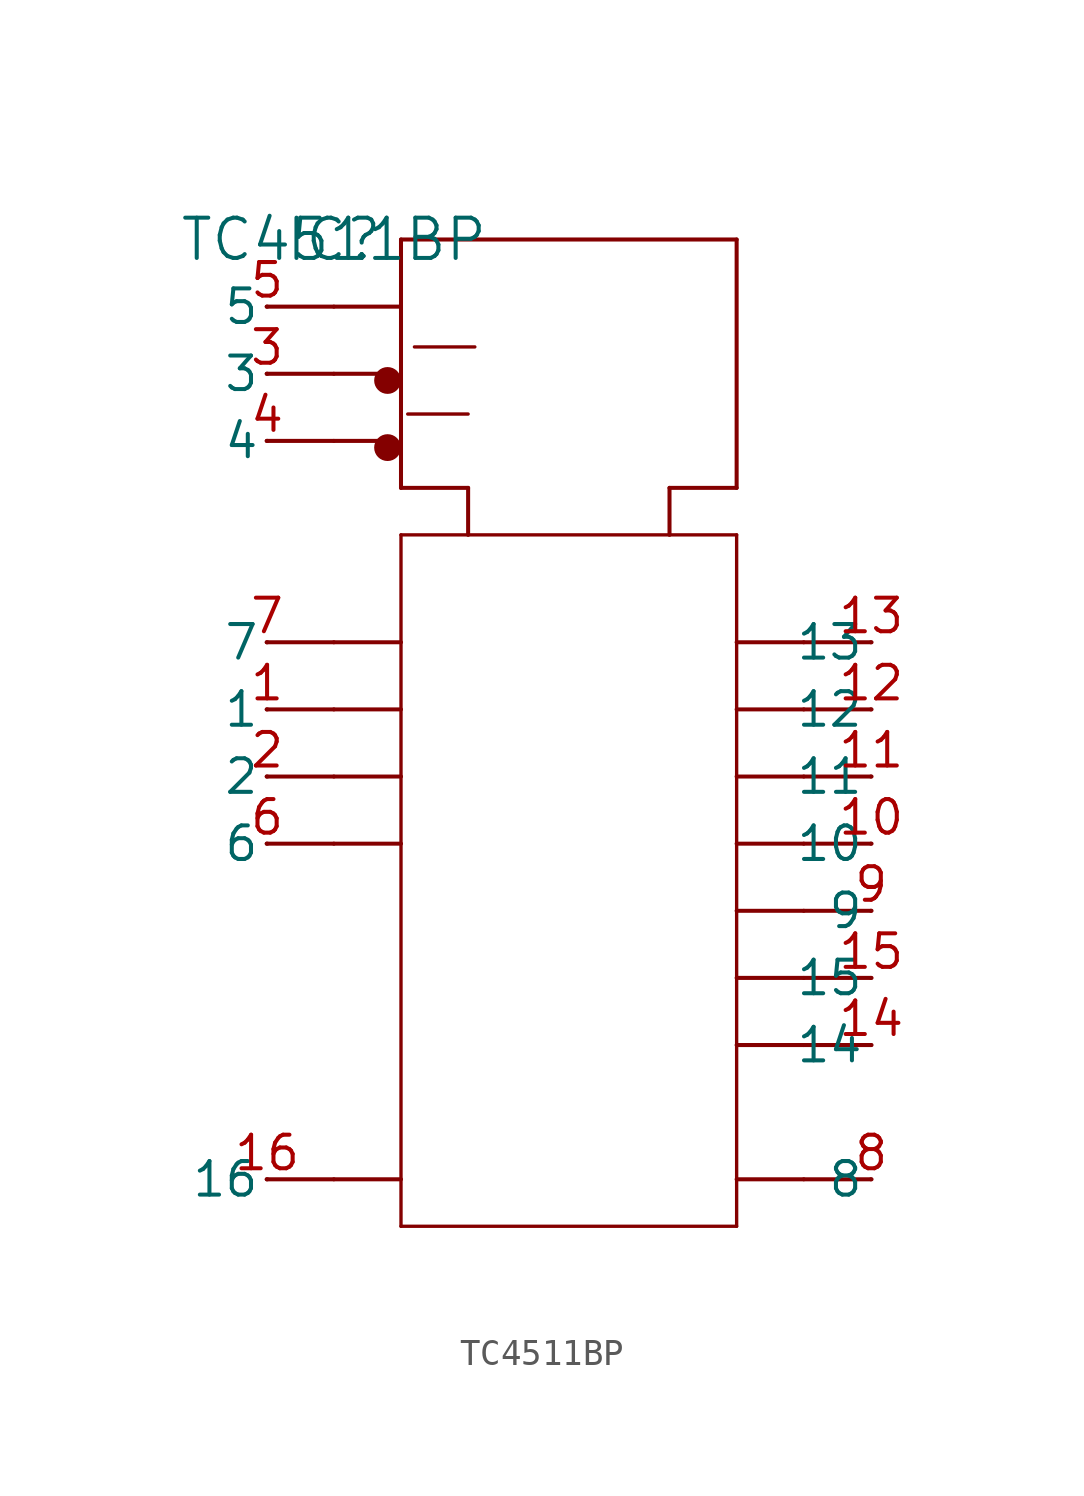
<source format=kicad_sym>
(kicad_symbol_lib
  (version 20211014)
  (generator kicad_symbol_editor)
  (symbol "TC4511BP"
    (pin_names
      (offset 0.254))
    (property "Reference" "IC"
      (at 0 0 0)
      (effects (font (size 1.524 1.524))))
    (property "Value" "TC4511BP"
      (at 0 0 0)
      (effects (font (size 1.524 1.524))))
    (symbol "TC4511BP_0_1"
      (circle (center 2.032 -7.874) (radius 0.254) (stroke (width 0.508) (type default) (color 0 0 0 0)) (fill (type none)))
      (polyline (pts (xy 20.32 -22.86) (xy 17.78 -22.86)) (stroke (width 0) (type default) (color 0 0 0 0)) (fill (type none)))
      (polyline (pts (xy 20.32 -17.78) (xy 17.78 -17.78)) (stroke (width 0) (type default) (color 0 0 0 0)) (fill (type none)))
      (polyline (pts (xy -2.54 -17.78) (xy 0 -17.78)) (stroke (width 0) (type default) (color 0 0 0 0)) (fill (type none)))
      (polyline (pts (xy 20.32 -20.32) (xy 17.78 -20.32)) (stroke (width 0) (type default) (color 0 0 0 0)) (fill (type none)))
      (polyline (pts (xy -2.54 -22.86) (xy 0 -22.86)) (stroke (width 0) (type default) (color 0 0 0 0)) (fill (type none)))
      (polyline (pts (xy -2.54 -2.54) (xy 0 -2.54)) (stroke (width 0) (type default) (color 0 0 0 0)) (fill (type none)))
      (polyline (pts (xy -2.54 -35.56) (xy 0 -35.56)) (stroke (width 0) (type default) (color 0 0 0 0)) (fill (type none)))
      (polyline (pts (xy 20.32 -27.94) (xy 17.78 -27.94)) (stroke (width 0) (type default) (color 0 0 0 0)) (fill (type none)))
      (polyline (pts (xy 20.32 -30.48) (xy 17.78 -30.48)) (stroke (width 0) (type default) (color 0 0 0 0)) (fill (type none)))
      (polyline (pts (xy -2.54 -7.62) (xy 0 -7.62)) (stroke (width 0) (type default) (color 0 0 0 0)) (fill (type none)))
      (polyline (pts (xy 20.32 -35.56) (xy 17.78 -35.56)) (stroke (width 0) (type default) (color 0 0 0 0)) (fill (type none)))
      (polyline (pts (xy 20.32 -25.4) (xy 17.78 -25.4)) (stroke (width 0) (type default) (color 0 0 0 0)) (fill (type none)))
      (polyline (pts (xy 20.32 -15.24) (xy 17.78 -15.24)) (stroke (width 0) (type default) (color 0 0 0 0)) (fill (type none)))
      (polyline (pts (xy -2.54 -20.32) (xy 0 -20.32)) (stroke (width 0) (type default) (color 0 0 0 0)) (fill (type none)))
      (polyline (pts (xy -2.54 -15.24) (xy 0 -15.24)) (stroke (width 0) (type default) (color 0 0 0 0)) (fill (type none)))
      (polyline (pts (xy -2.54 -5.08) (xy 0 -5.08)) (stroke (width 0) (type default) (color 0 0 0 0)) (fill (type none)))
      (polyline (pts (xy 2.54 -37.338) (xy 2.54 -11.176)) (stroke (width 0.127) (type default) (color 0 0 0 0)) (fill (type none)))
      (polyline (pts (xy 2.54 -11.176) (xy 15.24 -11.176)) (stroke (width 0.127) (type default) (color 0 0 0 0)) (fill (type none)))
      (polyline (pts (xy 15.24 -11.176) (xy 15.24 -37.338)) (stroke (width 0.127) (type default) (color 0 0 0 0)) (fill (type none)))
      (polyline (pts (xy 15.24 -37.338) (xy 2.54 -37.338)) (stroke (width 0.127) (type default) (color 0 0 0 0)) (fill (type none)))
      (polyline (pts (xy 17.78 -22.86) (xy 15.24 -22.86)) (stroke (width 0) (type default) (color 0 0 0 0)) (fill (type none)))
      (polyline (pts (xy 2.54 -2.54) (xy 0 -2.54)) (stroke (width 0) (type default) (color 0 0 0 0)) (fill (type none)))
      (polyline (pts (xy 0 -5.08) (xy 1.778 -5.08)) (stroke (width 0) (type default) (color 0 0 0 0)) (fill (type none)))
      (polyline (pts (xy 17.78 -30.48) (xy 15.24 -30.48)) (stroke (width 0) (type default) (color 0 0 0 0)) (fill (type none)))
      (polyline (pts (xy 2.54 0) (xy 2.54 -9.398)) (stroke (width 0) (type default) (color 0 0 0 0)) (fill (type none)))
      (polyline (pts (xy 2.54 0) (xy 15.24 0)) (stroke (width 0) (type default) (color 0 0 0 0)) (fill (type none)))
      (polyline (pts (xy 15.24 0) (xy 15.24 -9.398)) (stroke (width 0) (type default) (color 0 0 0 0)) (fill (type none)))
      (polyline (pts (xy 2.54 -9.398) (xy 5.08 -9.398)) (stroke (width 0) (type default) (color 0 0 0 0)) (fill (type none)))
      (polyline (pts (xy 5.08 -9.398) (xy 5.08 -11.176)) (stroke (width 0) (type default) (color 0 0 0 0)) (fill (type none)))
      (polyline (pts (xy 15.24 -9.398) (xy 12.7 -9.398)) (stroke (width 0) (type default) (color 0 0 0 0)) (fill (type none)))
      (polyline (pts (xy 12.7 -9.398) (xy 12.7 -11.176)) (stroke (width 0) (type default) (color 0 0 0 0)) (fill (type none)))
      (polyline (pts (xy 17.78 -15.24) (xy 15.24 -15.24)) (stroke (width 0) (type default) (color 0 0 0 0)) (fill (type none)))
      (polyline (pts (xy 17.78 -17.78) (xy 15.24 -17.78)) (stroke (width 0) (type default) (color 0 0 0 0)) (fill (type none)))
      (polyline (pts (xy 17.78 -35.56) (xy 15.24 -35.56)) (stroke (width 0) (type default) (color 0 0 0 0)) (fill (type none)))
      (polyline (pts (xy 17.78 -20.32) (xy 15.24 -20.32)) (stroke (width 0) (type default) (color 0 0 0 0)) (fill (type none)))
      (polyline (pts (xy 17.78 -25.4) (xy 15.24 -25.4)) (stroke (width 0) (type default) (color 0 0 0 0)) (fill (type none)))
      (polyline (pts (xy 17.78 -27.94) (xy 15.24 -27.94)) (stroke (width 0) (type default) (color 0 0 0 0)) (fill (type none)))
      (polyline (pts (xy 0 -35.56) (xy 2.54 -35.56)) (stroke (width 0) (type default) (color 0 0 0 0)) (fill (type none)))
      (polyline (pts (xy 0 -15.24) (xy 2.54 -15.24)) (stroke (width 0) (type default) (color 0 0 0 0)) (fill (type none)))
      (polyline (pts (xy 0 -7.62) (xy 1.778 -7.62)) (stroke (width 0) (type default) (color 0 0 0 0)) (fill (type none)))
      (polyline (pts (xy 3.048 -4.064) (xy 5.334 -4.064)) (stroke (width 0.127) (type default) (color 0 0 0 0)) (fill (type none)))
      (polyline (pts (xy 2.794 -6.604) (xy 5.08 -6.604)) (stroke (width 0.127) (type default) (color 0 0 0 0)) (fill (type none)))
      (polyline (pts (xy 0 -17.78) (xy 2.54 -17.78)) (stroke (width 0) (type default) (color 0 0 0 0)) (fill (type none)))
      (polyline (pts (xy 0 -20.32) (xy 2.54 -20.32)) (stroke (width 0) (type default) (color 0 0 0 0)) (fill (type none)))
      (polyline (pts (xy 0 -22.86) (xy 2.54 -22.86)) (stroke (width 0) (type default) (color 0 0 0 0)) (fill (type none)))
      (circle (center 2.032 -5.334) (radius 0.254) (stroke (width 0.508) (type default) (color 0 0 0 0)) (fill (type none)))
      (pin unspecified line (at -2.515 -17.78 180) (length 0.025) (name "1" (effects (font (size 1.27 1.27)))) (number "1" (effects (font (size 1.27 1.27)))))
      (pin unspecified line (at -2.515 -20.32 180) (length 0.025) (name "2" (effects (font (size 1.27 1.27)))) (number "2" (effects (font (size 1.27 1.27)))))
      (pin unspecified line (at -2.515 -5.08 180) (length 0.025) (name "3" (effects (font (size 1.27 1.27)))) (number "3" (effects (font (size 1.27 1.27)))))
      (pin unspecified line (at -2.515 -7.62 180) (length 0.025) (name "4" (effects (font (size 1.27 1.27)))) (number "4" (effects (font (size 1.27 1.27)))))
      (pin unspecified line (at -2.515 -2.54 180) (length 0.025) (name "5" (effects (font (size 1.27 1.27)))) (number "5" (effects (font (size 1.27 1.27)))))
      (pin unspecified line (at -2.515 -22.86 180) (length 0.025) (name "6" (effects (font (size 1.27 1.27)))) (number "6" (effects (font (size 1.27 1.27)))))
      (pin unspecified line (at -2.515 -15.24 180) (length 0.025) (name "7" (effects (font (size 1.27 1.27)))) (number "7" (effects (font (size 1.27 1.27)))))
      (pin unspecified line (at 20.345 -35.56 180) (length 0.025) (name "8" (effects (font (size 1.27 1.27)))) (number "8" (effects (font (size 1.27 1.27)))))
      (pin unspecified line (at 20.345 -25.4 180) (length 0.025) (name "9" (effects (font (size 1.27 1.27)))) (number "9" (effects (font (size 1.27 1.27)))))
      (pin unspecified line (at 20.345 -22.86 180) (length 0.025) (name "10" (effects (font (size 1.27 1.27)))) (number "10" (effects (font (size 1.27 1.27)))))
      (pin unspecified line (at 20.345 -20.32 180) (length 0.025) (name "11" (effects (font (size 1.27 1.27)))) (number "11" (effects (font (size 1.27 1.27)))))
      (pin unspecified line (at 20.345 -17.78 180) (length 0.025) (name "12" (effects (font (size 1.27 1.27)))) (number "12" (effects (font (size 1.27 1.27)))))
      (pin unspecified line (at 20.345 -15.24 180) (length 0.025) (name "13" (effects (font (size 1.27 1.27)))) (number "13" (effects (font (size 1.27 1.27)))))
      (pin unspecified line (at 20.345 -30.48 180) (length 0.025) (name "14" (effects (font (size 1.27 1.27)))) (number "14" (effects (font (size 1.27 1.27)))))
      (pin unspecified line (at 20.345 -27.94 180) (length 0.025) (name "15" (effects (font (size 1.27 1.27)))) (number "15" (effects (font (size 1.27 1.27)))))
      (pin unspecified line (at -2.515 -35.56 180) (length 0.025) (name "16" (effects (font (size 1.27 1.27)))) (number "16" (effects (font (size 1.27 1.27))))))))
</source>
